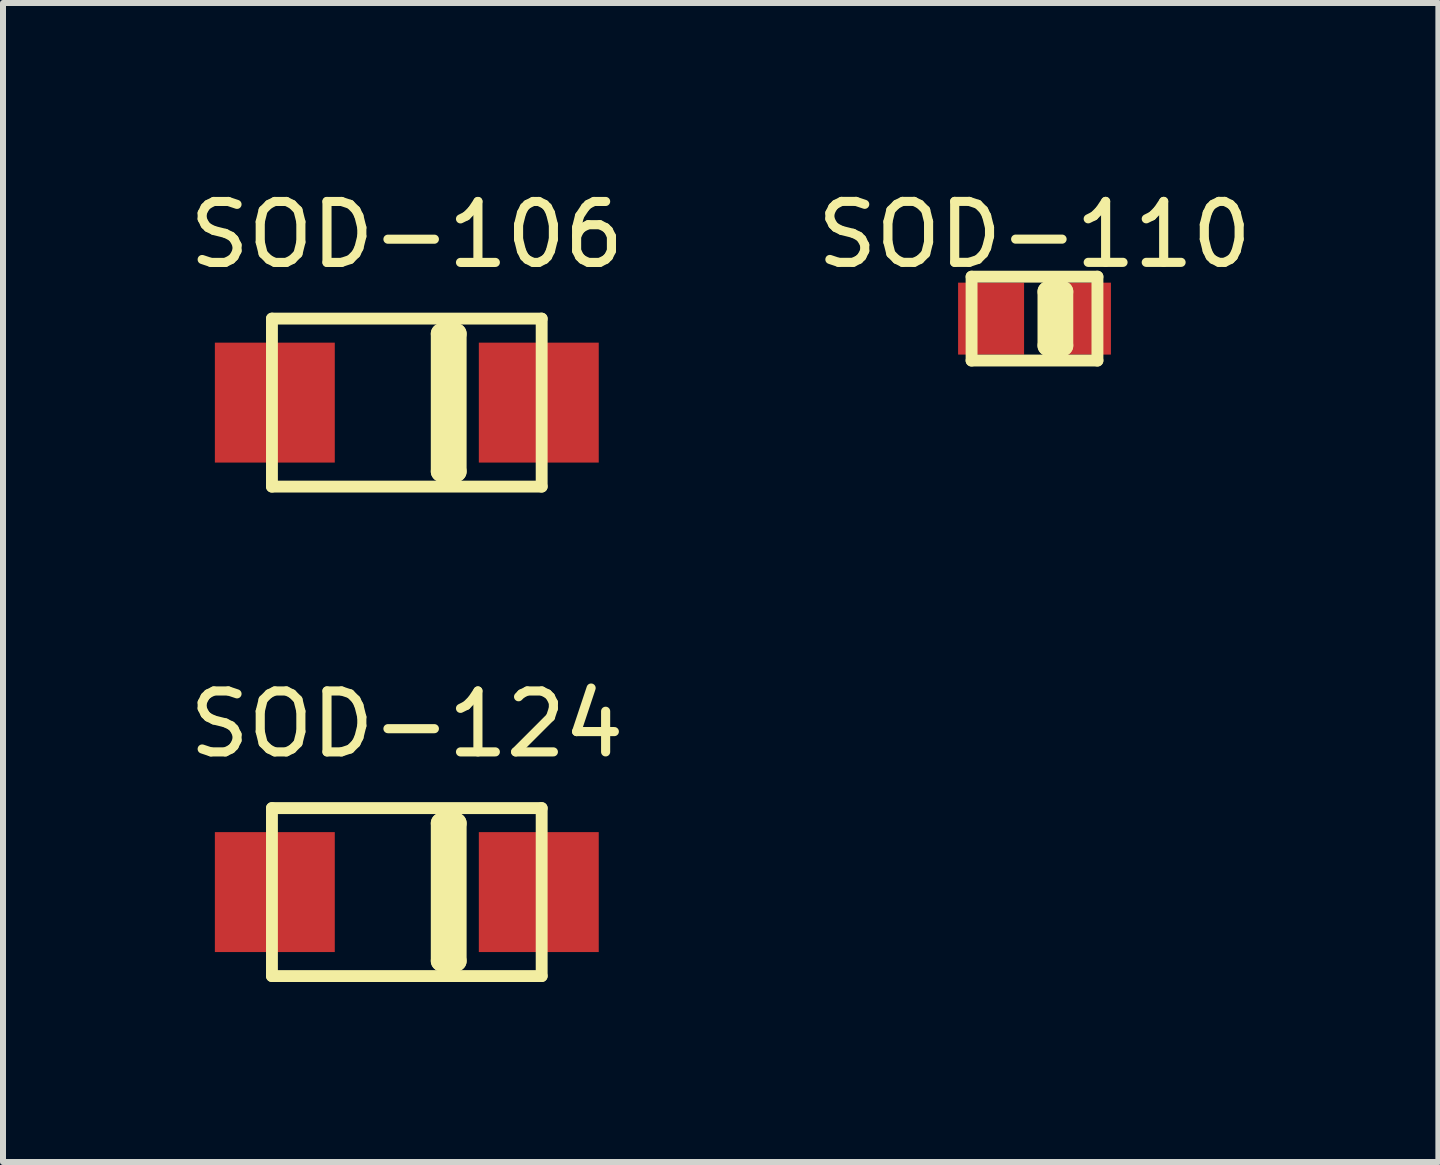
<source format=kicad_pcb>
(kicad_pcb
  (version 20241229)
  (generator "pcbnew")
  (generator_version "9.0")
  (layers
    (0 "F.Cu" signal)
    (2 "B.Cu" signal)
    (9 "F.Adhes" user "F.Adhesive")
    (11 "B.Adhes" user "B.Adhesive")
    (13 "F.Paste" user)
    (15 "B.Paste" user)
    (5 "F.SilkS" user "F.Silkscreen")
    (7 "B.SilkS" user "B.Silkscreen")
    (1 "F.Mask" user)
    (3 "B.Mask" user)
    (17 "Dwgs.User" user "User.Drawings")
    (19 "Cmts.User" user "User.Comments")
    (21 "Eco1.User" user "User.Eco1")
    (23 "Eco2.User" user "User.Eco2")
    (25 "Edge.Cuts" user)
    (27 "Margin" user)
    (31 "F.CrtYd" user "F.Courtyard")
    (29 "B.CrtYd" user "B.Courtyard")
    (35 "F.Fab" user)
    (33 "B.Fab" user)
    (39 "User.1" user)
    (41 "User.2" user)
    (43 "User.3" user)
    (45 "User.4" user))
  (footprint "SOD-124"
    (layer "F.Cu")
    (at 3.731 11.82)
    (property "Reference" "SOD-124" (at 0 -2.799 0) (layer "F.SilkS") (effects (font (size 1.016 1.016) (thickness 0.152))))
    (attr through_hole)
    (fp_line (start -2.248 -1.4) (end 2.248 -1.4) (stroke (width 0.198) (type solid)) (layer "F.SilkS"))
    (fp_line (start -2.248 1.4) (end -2.248 -1.4) (stroke (width 0.198) (type solid)) (layer "F.SilkS"))
    (fp_line (start 0.574 -1.148) (end 0.823 -1.148) (stroke (width 0.348) (type solid)) (layer "F.SilkS"))
    (fp_line (start 0.574 1.148) (end 0.574 -1.148) (stroke (width 0.348) (type solid)) (layer "F.SilkS"))
    (fp_line (start 0.823 -1.148) (end 0.823 1.148) (stroke (width 0.348) (type solid)) (layer "F.SilkS"))
    (fp_line (start 0.823 1.148) (end 0.574 1.148) (stroke (width 0.348) (type solid)) (layer "F.SilkS"))
    (fp_line (start 2.248 -1.4) (end 2.248 1.4) (stroke (width 0.198) (type solid)) (layer "F.SilkS"))
    (fp_line (start 2.248 1.4) (end -2.248 1.4) (stroke (width 0.198) (type solid)) (layer "F.SilkS"))
    (pad "1" smd rect (at 2.2 0) (size 1.999 1.999) (layers "*.Mask" "F.Cu"))
    (pad "2" smd rect (at -2.2 0) (size 1.999 1.999) (layers "*.Mask" "F.Cu")))
  (footprint "SOD-106"
    (layer "F.Cu")
    (at 3.731 3.661)
    (property "Reference" "SOD-106" (at 0 -2.799 0) (layer "F.SilkS") (effects (font (size 1.016 1.016) (thickness 0.152))))
    (attr through_hole)
    (fp_line (start -2.248 -1.4) (end 2.248 -1.4) (stroke (width 0.198) (type solid)) (layer "F.SilkS"))
    (fp_line (start -2.248 1.4) (end -2.248 -1.4) (stroke (width 0.198) (type solid)) (layer "F.SilkS"))
    (fp_line (start 0.574 -1.148) (end 0.823 -1.148) (stroke (width 0.348) (type solid)) (layer "F.SilkS"))
    (fp_line (start 0.574 1.148) (end 0.574 -1.148) (stroke (width 0.348) (type solid)) (layer "F.SilkS"))
    (fp_line (start 0.823 -1.148) (end 0.823 1.148) (stroke (width 0.348) (type solid)) (layer "F.SilkS"))
    (fp_line (start 0.823 1.148) (end 0.574 1.148) (stroke (width 0.348) (type solid)) (layer "F.SilkS"))
    (fp_line (start 2.248 -1.4) (end 2.248 1.4) (stroke (width 0.198) (type solid)) (layer "F.SilkS"))
    (fp_line (start 2.248 1.4) (end -2.248 1.4) (stroke (width 0.198) (type solid)) (layer "F.SilkS"))
    (pad "1" smd rect (at 2.2 0) (size 1.999 1.999) (layers "*.Mask" "F.Cu"))
    (pad "2" smd rect (at -2.2 0) (size 1.999 1.999) (layers "*.Mask" "F.Cu")))
  (footprint "SOD-110"
    (layer "F.Cu")
    (at 14.194 2.261)
    (property "Reference" "SOD-110" (at 0 -1.4 0) (layer "F.SilkS") (effects (font (size 1.016 1.016) (thickness 0.152))))
    (attr through_hole)
    (fp_line (start -1.049 -0.699) (end 1.049 -0.699) (stroke (width 0.198) (type solid)) (layer "F.SilkS"))
    (fp_line (start -1.049 0.699) (end -1.049 -0.699) (stroke (width 0.198) (type solid)) (layer "F.SilkS"))
    (fp_line (start 0.224 -0.45) (end 0.472 -0.45) (stroke (width 0.348) (type solid)) (layer "F.SilkS"))
    (fp_line (start 0.224 0.45) (end 0.224 -0.45) (stroke (width 0.348) (type solid)) (layer "F.SilkS"))
    (fp_line (start 0.472 -0.45) (end 0.472 0.45) (stroke (width 0.348) (type solid)) (layer "F.SilkS"))
    (fp_line (start 0.472 0.45) (end 0.224 0.45) (stroke (width 0.348) (type solid)) (layer "F.SilkS"))
    (fp_line (start 1.049 -0.699) (end 1.049 0.699) (stroke (width 0.198) (type solid)) (layer "F.SilkS"))
    (fp_line (start 1.049 0.699) (end -1.049 0.699) (stroke (width 0.198) (type solid)) (layer "F.SilkS"))
    (pad "1" smd rect (at 0.724 0) (size 1.1 1.199) (layers "*.Mask" "F.Cu"))
    (pad "2" smd rect (at -0.724 0) (size 1.1 1.199) (layers "*.Mask" "F.Cu")))
  (gr_rect
    (start -3 -3)
    (end 20.926 16.319)
    (stroke (width 0.1) (type default))
    (fill no)
    (layer "Edge.Cuts")))
</source>
